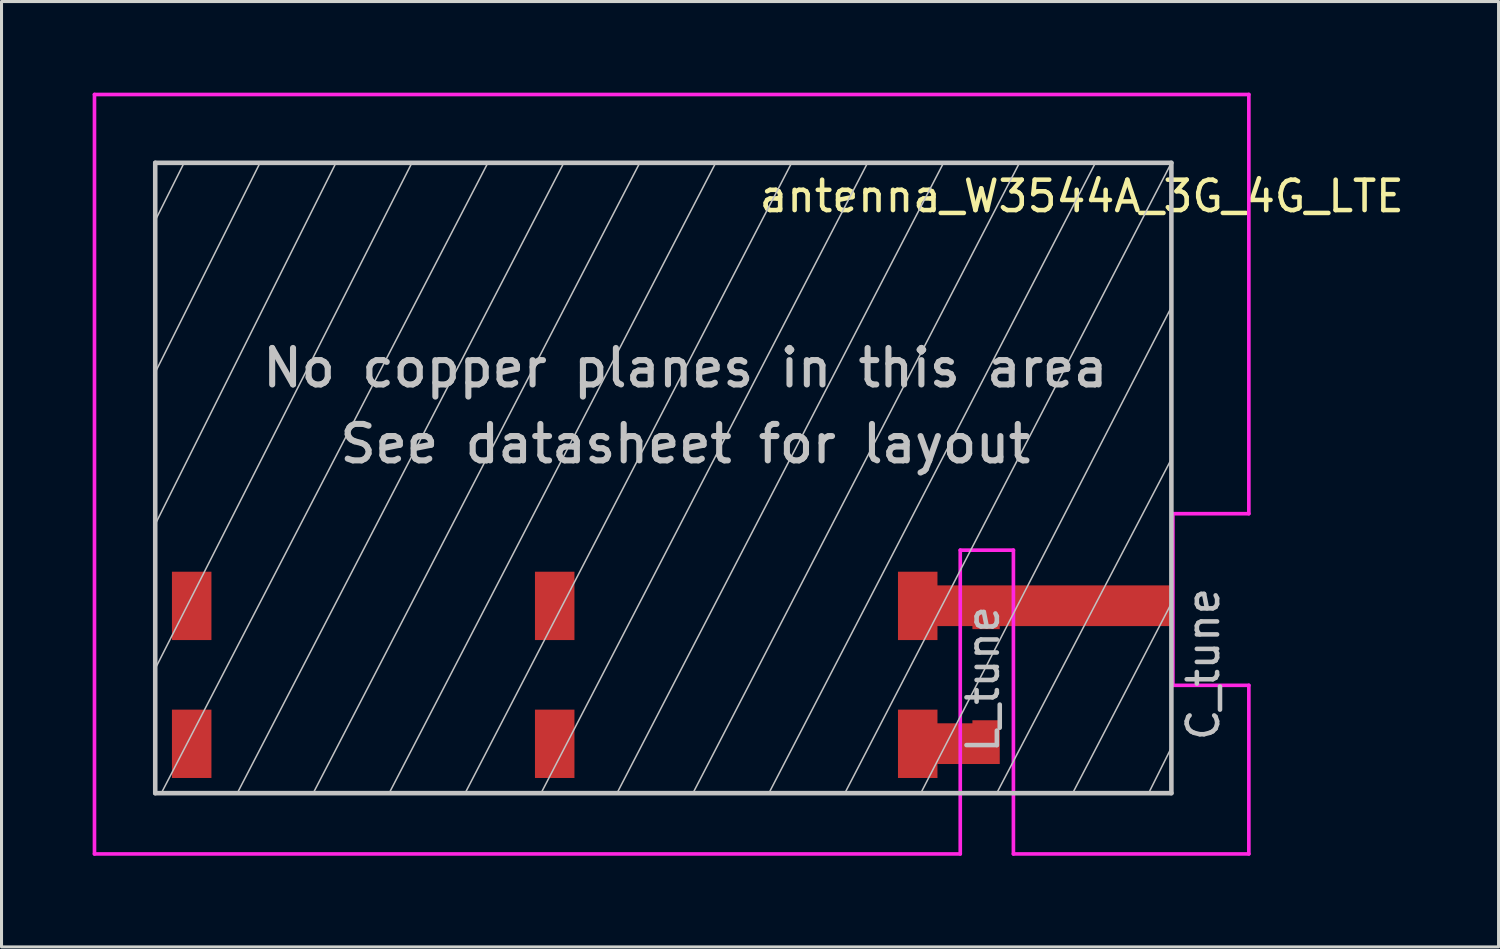
<source format=kicad_pcb>
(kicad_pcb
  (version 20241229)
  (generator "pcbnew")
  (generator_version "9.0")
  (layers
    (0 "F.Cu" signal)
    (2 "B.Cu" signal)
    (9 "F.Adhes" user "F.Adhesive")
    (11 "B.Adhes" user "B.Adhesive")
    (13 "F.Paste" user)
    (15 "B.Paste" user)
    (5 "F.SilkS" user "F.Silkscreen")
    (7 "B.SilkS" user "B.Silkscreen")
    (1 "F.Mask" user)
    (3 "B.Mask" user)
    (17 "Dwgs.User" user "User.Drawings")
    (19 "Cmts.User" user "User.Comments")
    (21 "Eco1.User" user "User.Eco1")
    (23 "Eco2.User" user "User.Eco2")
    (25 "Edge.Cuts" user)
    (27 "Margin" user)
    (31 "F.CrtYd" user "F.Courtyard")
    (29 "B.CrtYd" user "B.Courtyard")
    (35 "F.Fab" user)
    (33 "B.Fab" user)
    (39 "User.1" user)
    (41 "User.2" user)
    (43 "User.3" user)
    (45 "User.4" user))
  (footprint "antenna_W3544A_3G_4G_LTE"
    (layer "F.Cu")
    (at 2.06 23.06)
    (property "Reference" "antenna_W3544A_3G_4G_LTE" (at 30.5 -19.65 0) (layer "F.SilkS") (effects (font (size 1 1) (thickness 0.15))))
    (attr through_hole)
    (fp_line (start -0.05 -18.75) (end 0.95 -20.75) (stroke (width 0.05) (type solid)) (layer "Dwgs.User"))
    (fp_line (start -0.05 -13.75) (end 3.45 -20.75) (stroke (width 0.05) (type solid)) (layer "Dwgs.User"))
    (fp_line (start -0.05 -8.75) (end 5.95 -20.75) (stroke (width 0.05) (type solid)) (layer "Dwgs.User"))
    (fp_line (start -0.05 -4) (end 8.45 -20.75) (stroke (width 0.05) (type solid)) (layer "Dwgs.User"))
    (fp_line (start 0 -20.75) (end 33.45 -20.75) (stroke (width 0.15) (type solid)) (layer "Dwgs.User"))
    (fp_line (start 0 0) (end 0 -20.75) (stroke (width 0.15) (type solid)) (layer "Dwgs.User"))
    (fp_line (start 0 0) (end 33.45 0) (stroke (width 0.15) (type solid)) (layer "Dwgs.User"))
    (fp_line (start 0.2 0) (end 10.95 -20.75) (stroke (width 0.05) (type solid)) (layer "Dwgs.User"))
    (fp_line (start 2.7 0) (end 13.45 -20.75) (stroke (width 0.05) (type solid)) (layer "Dwgs.User"))
    (fp_line (start 5.2 0) (end 15.95 -20.75) (stroke (width 0.05) (type solid)) (layer "Dwgs.User"))
    (fp_line (start 7.7 0) (end 18.45 -20.75) (stroke (width 0.05) (type solid)) (layer "Dwgs.User"))
    (fp_line (start 10.2 0) (end 20.95 -20.75) (stroke (width 0.05) (type solid)) (layer "Dwgs.User"))
    (fp_line (start 12.7 0) (end 23.45 -20.75) (stroke (width 0.05) (type solid)) (layer "Dwgs.User"))
    (fp_line (start 15.2 0) (end 25.95 -20.75) (stroke (width 0.05) (type solid)) (layer "Dwgs.User"))
    (fp_line (start 17.7 0) (end 28.45 -20.75) (stroke (width 0.05) (type solid)) (layer "Dwgs.User"))
    (fp_line (start 20.2 0) (end 30.95 -20.75) (stroke (width 0.05) (type solid)) (layer "Dwgs.User"))
    (fp_line (start 22.7 0) (end 33.45 -20.75) (stroke (width 0.05) (type solid)) (layer "Dwgs.User"))
    (fp_line (start 25.2 0) (end 33.45 -16) (stroke (width 0.05) (type solid)) (layer "Dwgs.User"))
    (fp_line (start 27.7 0) (end 33.45 -11) (stroke (width 0.05) (type solid)) (layer "Dwgs.User"))
    (fp_line (start 30.2 0) (end 33.45 -6.25) (stroke (width 0.05) (type solid)) (layer "Dwgs.User"))
    (fp_line (start 32.7 0) (end 33.45 -1.5) (stroke (width 0.05) (type solid)) (layer "Dwgs.User"))
    (fp_line (start 33.45 -20.75) (end 33.45 0) (stroke (width 0.15) (type solid)) (layer "Dwgs.User"))
    (fp_line (start -2 -23) (end 36 -23) (stroke (width 0.12) (type solid)) (layer "F.CrtYd"))
    (fp_line (start -2 2) (end -2 -23) (stroke (width 0.12) (type solid)) (layer "F.CrtYd"))
    (fp_line (start -2 2) (end 26.5 2) (stroke (width 0.12) (type solid)) (layer "F.CrtYd"))
    (fp_line (start 26.5 -8) (end 26.5 2) (stroke (width 0.12) (type solid)) (layer "F.CrtYd"))
    (fp_line (start 28.25 -8) (end 26.5 -8) (stroke (width 0.12) (type solid)) (layer "F.CrtYd"))
    (fp_line (start 28.25 -8) (end 28.25 2) (stroke (width 0.12) (type solid)) (layer "F.CrtYd"))
    (fp_line (start 33.5 -9.2) (end 33.5 -3.55) (stroke (width 0.12) (type solid)) (layer "F.CrtYd"))
    (fp_line (start 33.5 -9.2) (end 36 -9.2) (stroke (width 0.12) (type solid)) (layer "F.CrtYd"))
    (fp_line (start 33.5 -3.55) (end 36 -3.55) (stroke (width 0.12) (type solid)) (layer "F.CrtYd"))
    (fp_line (start 36 -23) (end 36 -9.2) (stroke (width 0.12) (type solid)) (layer "F.CrtYd"))
    (fp_line (start 36 2) (end 28.25 2) (stroke (width 0.12) (type solid)) (layer "F.CrtYd"))
    (fp_line (start 36 2) (end 36 -3.55) (stroke (width 0.12) (type solid)) (layer "F.CrtYd"))
    (fp_text user "L_tune" (at 27.25 -3.75 90) (layer "Dwgs.User") (effects (font (size 1 1) (thickness 0.15))))
    (fp_text user "C_tune" (at 34.5 -4.25 90) (layer "Dwgs.User") (effects (font (size 1 1) (thickness 0.15))))
    (fp_text user "See datasheet for layout" (at 17.45 -11.5 0) (layer "Dwgs.User") (effects (font (size 1.2 1.2) (thickness 0.2))))
    (fp_text user "No copper planes in this area" (at 17.45 -14 0) (layer "Dwgs.User") (effects (font (size 1.2 1.2) (thickness 0.2))))
    (pad "0" smd rect (at 1.2 -6.165) (size 1.3 2.25) (layers "F.Cu" "F.Mask" "F.Paste"))
    (pad "0" smd rect (at 1.2 -1.625) (size 1.3 2.25) (layers "F.Cu" "F.Mask" "F.Paste"))
    (pad "0" smd rect (at 13.15 -6.165) (size 1.3 2.25) (layers "F.Cu" "F.Mask" "F.Paste"))
    (pad "0" smd rect (at 13.15 -1.625) (size 1.3 2.25) (layers "F.Cu" "F.Mask" "F.Paste"))
    (pad "1" smd rect (at 25.1 -6.165) (size 1.3 2.25) (layers "F.Cu" "F.Mask" "F.Paste"))
    (pad "1" smd custom (at 27.35 -5.85) (size 0.9 0.9) (layers "F.Cu") (options (anchor rect)) (primitives (gr_poly (pts (xy 6.1 0.35) (xy -1.78 0.35) (xy -1.78 -0.99) (xy -0.45 -0.99) (xy 6.1 -0.99)) (width 0) (fill yes))))
    (pad "2" smd rect (at 25.1 -1.625) (size 1.3 2.25) (layers "F.Cu" "F.Mask" "F.Paste"))
    (pad "2" smd custom (at 27.35 -1.95) (size 0.9 0.9) (layers "F.Cu") (options (anchor rect)) (primitives (gr_poly (pts (xy 0.45 0.99) (xy -1.78 0.99) (xy -1.78 -0.35) (xy -0.45 -0.35) (xy -0.45 -0.45) (xy 0.45 -0.45)) (width 0) (fill yes)))))
  (gr_rect
    (start -3 -3)
    (end 46.28 28.12)
    (stroke (width 0.1) (type default))
    (fill no)
    (layer "Edge.Cuts")))
</source>
